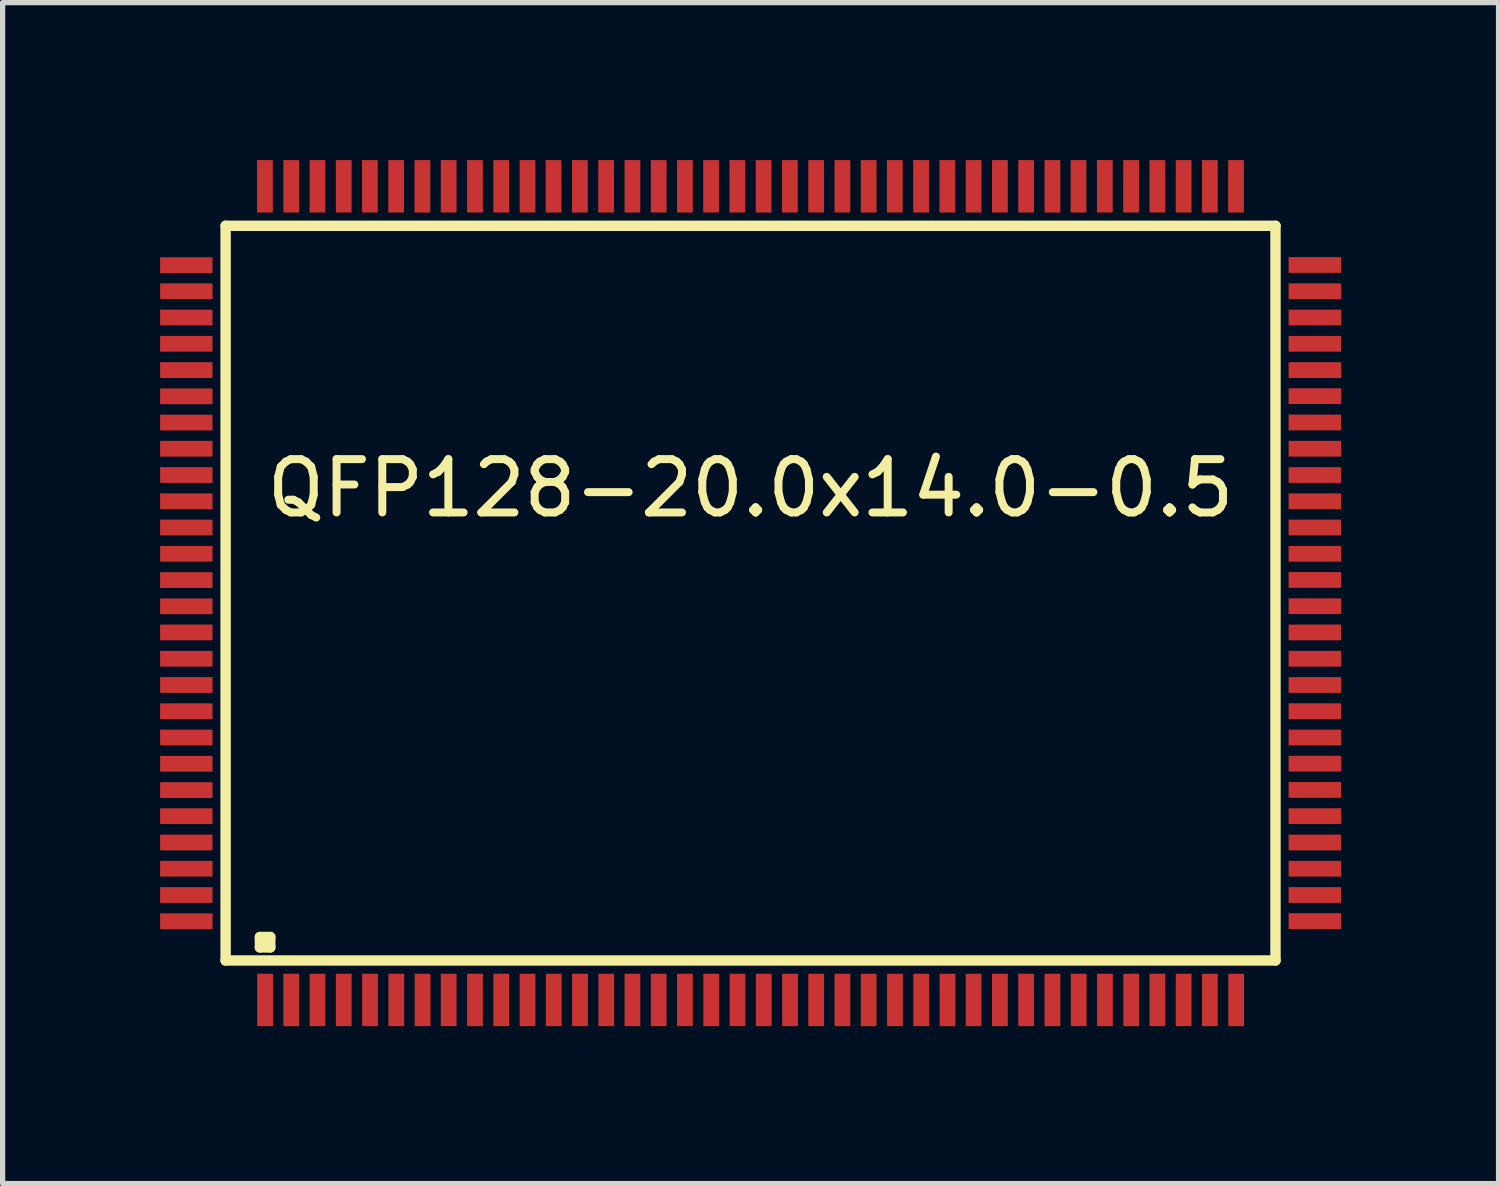
<source format=kicad_pcb>
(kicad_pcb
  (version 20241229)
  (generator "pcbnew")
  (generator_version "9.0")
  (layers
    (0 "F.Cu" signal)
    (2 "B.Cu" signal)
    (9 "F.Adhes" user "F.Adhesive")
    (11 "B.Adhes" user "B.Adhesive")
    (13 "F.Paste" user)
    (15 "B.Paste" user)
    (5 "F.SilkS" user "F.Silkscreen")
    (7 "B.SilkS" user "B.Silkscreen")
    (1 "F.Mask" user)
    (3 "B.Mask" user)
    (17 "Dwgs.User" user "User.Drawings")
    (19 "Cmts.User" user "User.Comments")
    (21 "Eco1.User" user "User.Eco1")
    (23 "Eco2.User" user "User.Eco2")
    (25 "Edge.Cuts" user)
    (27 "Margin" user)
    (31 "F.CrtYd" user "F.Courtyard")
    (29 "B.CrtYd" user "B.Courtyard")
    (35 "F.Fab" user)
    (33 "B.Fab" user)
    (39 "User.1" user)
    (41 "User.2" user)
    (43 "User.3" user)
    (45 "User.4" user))
  (footprint "QFP128-20.0x14.0-0.5"
    (layer "F.Cu")
    (at 11.248 8.249)
    (property "Reference" "QFP128-20.0x14.0-0.5" (at 0 -1.999 0) (layer "F.SilkS") (effects (font (size 1.016 1.016) (thickness 0.152))))
    (attr through_hole)
    (fp_line (start -10 -6.998) (end 10 -6.998) (stroke (width 0.198) (type solid)) (layer "F.SilkS"))
    (fp_line (start -10 6.998) (end -10 -6.998) (stroke (width 0.198) (type solid)) (layer "F.SilkS"))
    (fp_line (start -9.347 6.551) (end -9.149 6.551) (stroke (width 0.198) (type solid)) (layer "F.SilkS"))
    (fp_line (start -9.347 6.749) (end -9.347 6.551) (stroke (width 0.198) (type solid)) (layer "F.SilkS"))
    (fp_line (start -9.149 6.551) (end -9.149 6.749) (stroke (width 0.198) (type solid)) (layer "F.SilkS"))
    (fp_line (start -9.149 6.749) (end -9.347 6.749) (stroke (width 0.198) (type solid)) (layer "F.SilkS"))
    (fp_line (start 10 -6.998) (end 10 6.998) (stroke (width 0.198) (type solid)) (layer "F.SilkS"))
    (fp_line (start 10 6.998) (end -10 6.998) (stroke (width 0.198) (type solid)) (layer "F.SilkS"))
    (pad "1" smd rect (at -9.248 7.75) (size 0.3 0.998) (layers "*.Mask" "F.Cu"))
    (pad "2" smd rect (at -8.75 7.75) (size 0.3 0.998) (layers "*.Mask" "F.Cu"))
    (pad "3" smd rect (at -8.25 7.75) (size 0.3 0.998) (layers "*.Mask" "F.Cu"))
    (pad "4" smd rect (at -7.75 7.75) (size 0.3 0.998) (layers "*.Mask" "F.Cu"))
    (pad "5" smd rect (at -7.249 7.75) (size 0.3 0.998) (layers "*.Mask" "F.Cu"))
    (pad "6" smd rect (at -6.749 7.75) (size 0.3 0.998) (layers "*.Mask" "F.Cu"))
    (pad "7" smd rect (at -6.248 7.75) (size 0.3 0.998) (layers "*.Mask" "F.Cu"))
    (pad "8" smd rect (at -5.751 7.75) (size 0.3 0.998) (layers "*.Mask" "F.Cu"))
    (pad "9" smd rect (at -5.25 7.75) (size 0.3 0.998) (layers "*.Mask" "F.Cu"))
    (pad "10" smd rect (at -4.75 7.75) (size 0.3 0.998) (layers "*.Mask" "F.Cu"))
    (pad "11" smd rect (at -4.249 7.75) (size 0.3 0.998) (layers "*.Mask" "F.Cu"))
    (pad "12" smd rect (at -3.749 7.75) (size 0.3 0.998) (layers "*.Mask" "F.Cu"))
    (pad "13" smd rect (at -3.249 7.75) (size 0.3 0.998) (layers "*.Mask" "F.Cu"))
    (pad "14" smd rect (at -2.748 7.75) (size 0.3 0.998) (layers "*.Mask" "F.Cu"))
    (pad "15" smd rect (at -2.25 7.75) (size 0.3 0.998) (layers "*.Mask" "F.Cu"))
    (pad "16" smd rect (at -1.75 7.75) (size 0.3 0.998) (layers "*.Mask" "F.Cu"))
    (pad "17" smd rect (at -1.25 7.75) (size 0.3 0.998) (layers "*.Mask" "F.Cu"))
    (pad "18" smd rect (at -0.749 7.75) (size 0.3 0.998) (layers "*.Mask" "F.Cu"))
    (pad "19" smd rect (at -0.249 7.75) (size 0.3 0.998) (layers "*.Mask" "F.Cu"))
    (pad "20" smd rect (at 0.251 7.75) (size 0.3 0.998) (layers "*.Mask" "F.Cu"))
    (pad "21" smd rect (at 0.752 7.75) (size 0.3 0.998) (layers "*.Mask" "F.Cu"))
    (pad "22" smd rect (at 1.25 7.75) (size 0.3 0.998) (layers "*.Mask" "F.Cu"))
    (pad "23" smd rect (at 1.75 7.75) (size 0.3 0.998) (layers "*.Mask" "F.Cu"))
    (pad "24" smd rect (at 2.25 7.75) (size 0.3 0.998) (layers "*.Mask" "F.Cu"))
    (pad "25" smd rect (at 2.751 7.75) (size 0.3 0.998) (layers "*.Mask" "F.Cu"))
    (pad "26" smd rect (at 3.251 7.75) (size 0.3 0.998) (layers "*.Mask" "F.Cu"))
    (pad "27" smd rect (at 3.752 7.75) (size 0.3 0.998) (layers "*.Mask" "F.Cu"))
    (pad "28" smd rect (at 4.249 7.75) (size 0.3 0.998) (layers "*.Mask" "F.Cu"))
    (pad "29" smd rect (at 4.75 7.75) (size 0.3 0.998) (layers "*.Mask" "F.Cu"))
    (pad "30" smd rect (at 5.25 7.75) (size 0.3 0.998) (layers "*.Mask" "F.Cu"))
    (pad "31" smd rect (at 5.751 7.75) (size 0.3 0.998) (layers "*.Mask" "F.Cu"))
    (pad "32" smd rect (at 6.251 7.75) (size 0.3 0.998) (layers "*.Mask" "F.Cu"))
    (pad "33" smd rect (at 6.751 7.75) (size 0.3 0.998) (layers "*.Mask" "F.Cu"))
    (pad "34" smd rect (at 7.252 7.75) (size 0.3 0.998) (layers "*.Mask" "F.Cu"))
    (pad "35" smd rect (at 7.75 7.75) (size 0.3 0.998) (layers "*.Mask" "F.Cu"))
    (pad "36" smd rect (at 8.25 7.75) (size 0.3 0.998) (layers "*.Mask" "F.Cu"))
    (pad "37" smd rect (at 8.75 7.75) (size 0.3 0.998) (layers "*.Mask" "F.Cu"))
    (pad "38" smd rect (at 9.251 7.75) (size 0.3 0.998) (layers "*.Mask" "F.Cu"))
    (pad "39" smd rect (at 10.749 6.248 90) (size 0.3 0.998) (layers "*.Mask" "F.Cu"))
    (pad "40" smd rect (at 10.749 5.751 90) (size 0.3 0.998) (layers "*.Mask" "F.Cu"))
    (pad "41" smd rect (at 10.749 5.25 90) (size 0.3 0.998) (layers "*.Mask" "F.Cu"))
    (pad "42" smd rect (at 10.749 4.75 90) (size 0.3 0.998) (layers "*.Mask" "F.Cu"))
    (pad "43" smd rect (at 10.749 4.249 90) (size 0.3 0.998) (layers "*.Mask" "F.Cu"))
    (pad "44" smd rect (at 10.749 3.749 90) (size 0.3 0.998) (layers "*.Mask" "F.Cu"))
    (pad "45" smd rect (at 10.749 3.249 90) (size 0.3 0.998) (layers "*.Mask" "F.Cu"))
    (pad "46" smd rect (at 10.749 2.751 90) (size 0.3 0.998) (layers "*.Mask" "F.Cu"))
    (pad "47" smd rect (at 10.749 2.25 90) (size 0.3 0.998) (layers "*.Mask" "F.Cu"))
    (pad "48" smd rect (at 10.749 1.75 90) (size 0.3 0.998) (layers "*.Mask" "F.Cu"))
    (pad "49" smd rect (at 10.749 1.25 90) (size 0.3 0.998) (layers "*.Mask" "F.Cu"))
    (pad "50" smd rect (at 10.749 0.749 90) (size 0.3 0.998) (layers "*.Mask" "F.Cu"))
    (pad "51" smd rect (at 10.749 0.249 90) (size 0.3 0.998) (layers "*.Mask" "F.Cu"))
    (pad "52" smd rect (at 10.749 -0.251 90) (size 0.3 0.998) (layers "*.Mask" "F.Cu"))
    (pad "53" smd rect (at 10.749 -0.749 90) (size 0.3 0.998) (layers "*.Mask" "F.Cu"))
    (pad "54" smd rect (at 10.749 -1.25 90) (size 0.3 0.998) (layers "*.Mask" "F.Cu"))
    (pad "55" smd rect (at 10.749 -1.75 90) (size 0.3 0.998) (layers "*.Mask" "F.Cu"))
    (pad "56" smd rect (at 10.749 -2.25 90) (size 0.3 0.998) (layers "*.Mask" "F.Cu"))
    (pad "57" smd rect (at 10.749 -2.751 90) (size 0.3 0.998) (layers "*.Mask" "F.Cu"))
    (pad "58" smd rect (at 10.749 -3.251 90) (size 0.3 0.998) (layers "*.Mask" "F.Cu"))
    (pad "59" smd rect (at 10.749 -3.752 90) (size 0.3 0.998) (layers "*.Mask" "F.Cu"))
    (pad "60" smd rect (at 10.749 -4.249 90) (size 0.3 0.998) (layers "*.Mask" "F.Cu"))
    (pad "61" smd rect (at 10.749 -4.75 90) (size 0.3 0.998) (layers "*.Mask" "F.Cu"))
    (pad "62" smd rect (at 10.749 -5.25 90) (size 0.3 0.998) (layers "*.Mask" "F.Cu"))
    (pad "63" smd rect (at 10.749 -5.751 90) (size 0.3 0.998) (layers "*.Mask" "F.Cu"))
    (pad "64" smd rect (at 10.749 -6.251 90) (size 0.3 0.998) (layers "*.Mask" "F.Cu"))
    (pad "65" smd rect (at 9.248 -7.75) (size 0.3 0.998) (layers "*.Mask" "F.Cu"))
    (pad "66" smd rect (at 8.75 -7.75) (size 0.3 0.998) (layers "*.Mask" "F.Cu"))
    (pad "67" smd rect (at 8.25 -7.75) (size 0.3 0.998) (layers "*.Mask" "F.Cu"))
    (pad "68" smd rect (at 7.75 -7.75) (size 0.3 0.998) (layers "*.Mask" "F.Cu"))
    (pad "69" smd rect (at 7.249 -7.75) (size 0.3 0.998) (layers "*.Mask" "F.Cu"))
    (pad "70" smd rect (at 6.749 -7.75) (size 0.3 0.998) (layers "*.Mask" "F.Cu"))
    (pad "71" smd rect (at 6.248 -7.75) (size 0.3 0.998) (layers "*.Mask" "F.Cu"))
    (pad "72" smd rect (at 5.751 -7.75) (size 0.3 0.998) (layers "*.Mask" "F.Cu"))
    (pad "73" smd rect (at 5.25 -7.75) (size 0.3 0.998) (layers "*.Mask" "F.Cu"))
    (pad "74" smd rect (at 4.75 -7.75) (size 0.3 0.998) (layers "*.Mask" "F.Cu"))
    (pad "75" smd rect (at 4.249 -7.75) (size 0.3 0.998) (layers "*.Mask" "F.Cu"))
    (pad "76" smd rect (at 3.749 -7.75) (size 0.3 0.998) (layers "*.Mask" "F.Cu"))
    (pad "77" smd rect (at 3.249 -7.75) (size 0.3 0.998) (layers "*.Mask" "F.Cu"))
    (pad "78" smd rect (at 2.748 -7.75) (size 0.3 0.998) (layers "*.Mask" "F.Cu"))
    (pad "79" smd rect (at 2.25 -7.75) (size 0.3 0.998) (layers "*.Mask" "F.Cu"))
    (pad "80" smd rect (at 1.75 -7.75) (size 0.3 0.998) (layers "*.Mask" "F.Cu"))
    (pad "81" smd rect (at 1.25 -7.75) (size 0.3 0.998) (layers "*.Mask" "F.Cu"))
    (pad "82" smd rect (at 0.749 -7.75) (size 0.3 0.998) (layers "*.Mask" "F.Cu"))
    (pad "83" smd rect (at 0.249 -7.75) (size 0.3 0.998) (layers "*.Mask" "F.Cu"))
    (pad "84" smd rect (at -0.251 -7.75) (size 0.3 0.998) (layers "*.Mask" "F.Cu"))
    (pad "85" smd rect (at -0.752 -7.75) (size 0.3 0.998) (layers "*.Mask" "F.Cu"))
    (pad "86" smd rect (at -1.25 -7.75) (size 0.3 0.998) (layers "*.Mask" "F.Cu"))
    (pad "87" smd rect (at -1.75 -7.75) (size 0.3 0.998) (layers "*.Mask" "F.Cu"))
    (pad "88" smd rect (at -2.25 -7.75) (size 0.3 0.998) (layers "*.Mask" "F.Cu"))
    (pad "89" smd rect (at -2.751 -7.75) (size 0.3 0.998) (layers "*.Mask" "F.Cu"))
    (pad "90" smd rect (at -3.251 -7.75) (size 0.3 0.998) (layers "*.Mask" "F.Cu"))
    (pad "91" smd rect (at -3.752 -7.75) (size 0.3 0.998) (layers "*.Mask" "F.Cu"))
    (pad "92" smd rect (at -4.249 -7.75) (size 0.3 0.998) (layers "*.Mask" "F.Cu"))
    (pad "93" smd rect (at -4.75 -7.75) (size 0.3 0.998) (layers "*.Mask" "F.Cu"))
    (pad "94" smd rect (at -5.25 -7.75) (size 0.3 0.998) (layers "*.Mask" "F.Cu"))
    (pad "95" smd rect (at -5.751 -7.75) (size 0.3 0.998) (layers "*.Mask" "F.Cu"))
    (pad "96" smd rect (at -6.251 -7.75) (size 0.3 0.998) (layers "*.Mask" "F.Cu"))
    (pad "97" smd rect (at -6.751 -7.75) (size 0.3 0.998) (layers "*.Mask" "F.Cu"))
    (pad "98" smd rect (at -7.252 -7.75) (size 0.3 0.998) (layers "*.Mask" "F.Cu"))
    (pad "99" smd rect (at -7.75 -7.75) (size 0.3 0.998) (layers "*.Mask" "F.Cu"))
    (pad "100" smd rect (at -8.25 -7.75) (size 0.3 0.998) (layers "*.Mask" "F.Cu"))
    (pad "101" smd rect (at -8.75 -7.75) (size 0.3 0.998) (layers "*.Mask" "F.Cu"))
    (pad "102" smd rect (at -9.251 -7.75) (size 0.3 0.998) (layers "*.Mask" "F.Cu"))
    (pad "103" smd rect (at -10.749 -6.248 90) (size 0.3 0.998) (layers "*.Mask" "F.Cu"))
    (pad "104" smd rect (at -10.749 -5.751 90) (size 0.3 0.998) (layers "*.Mask" "F.Cu"))
    (pad "105" smd rect (at -10.749 -5.25 90) (size 0.3 0.998) (layers "*.Mask" "F.Cu"))
    (pad "106" smd rect (at -10.749 -4.75 90) (size 0.3 0.998) (layers "*.Mask" "F.Cu"))
    (pad "107" smd rect (at -10.749 -4.249 90) (size 0.3 0.998) (layers "*.Mask" "F.Cu"))
    (pad "108" smd rect (at -10.749 -3.749 90) (size 0.3 0.998) (layers "*.Mask" "F.Cu"))
    (pad "109" smd rect (at -10.749 -3.249 90) (size 0.3 0.998) (layers "*.Mask" "F.Cu"))
    (pad "110" smd rect (at -10.749 -2.751 90) (size 0.3 0.998) (layers "*.Mask" "F.Cu"))
    (pad "111" smd rect (at -10.749 -2.25 90) (size 0.3 0.998) (layers "*.Mask" "F.Cu"))
    (pad "112" smd rect (at -10.749 -1.75 90) (size 0.3 0.998) (layers "*.Mask" "F.Cu"))
    (pad "113" smd rect (at -10.749 -1.25 90) (size 0.3 0.998) (layers "*.Mask" "F.Cu"))
    (pad "114" smd rect (at -10.749 -0.749 90) (size 0.3 0.998) (layers "*.Mask" "F.Cu"))
    (pad "115" smd rect (at -10.749 -0.249 90) (size 0.3 0.998) (layers "*.Mask" "F.Cu"))
    (pad "116" smd rect (at -10.749 0.251 90) (size 0.3 0.998) (layers "*.Mask" "F.Cu"))
    (pad "117" smd rect (at -10.749 0.749 90) (size 0.3 0.998) (layers "*.Mask" "F.Cu"))
    (pad "118" smd rect (at -10.749 1.25 90) (size 0.3 0.998) (layers "*.Mask" "F.Cu"))
    (pad "119" smd rect (at -10.749 1.75 90) (size 0.3 0.998) (layers "*.Mask" "F.Cu"))
    (pad "120" smd rect (at -10.749 2.25 90) (size 0.3 0.998) (layers "*.Mask" "F.Cu"))
    (pad "121" smd rect (at -10.749 2.751 90) (size 0.3 0.998) (layers "*.Mask" "F.Cu"))
    (pad "122" smd rect (at -10.749 3.251 90) (size 0.3 0.998) (layers "*.Mask" "F.Cu"))
    (pad "123" smd rect (at -10.749 3.752 90) (size 0.3 0.998) (layers "*.Mask" "F.Cu"))
    (pad "124" smd rect (at -10.749 4.249 90) (size 0.3 0.998) (layers "*.Mask" "F.Cu"))
    (pad "125" smd rect (at -10.749 4.75 90) (size 0.3 0.998) (layers "*.Mask" "F.Cu"))
    (pad "126" smd rect (at -10.749 5.25 90) (size 0.3 0.998) (layers "*.Mask" "F.Cu"))
    (pad "127" smd rect (at -10.749 5.751 90) (size 0.3 0.998) (layers "*.Mask" "F.Cu"))
    (pad "128" smd rect (at -10.749 6.251 90) (size 0.3 0.998) (layers "*.Mask" "F.Cu")))
  (gr_rect
    (start -3 -3)
    (end 25.497 19.497)
    (stroke (width 0.1) (type default))
    (fill no)
    (layer "Edge.Cuts")))
</source>
